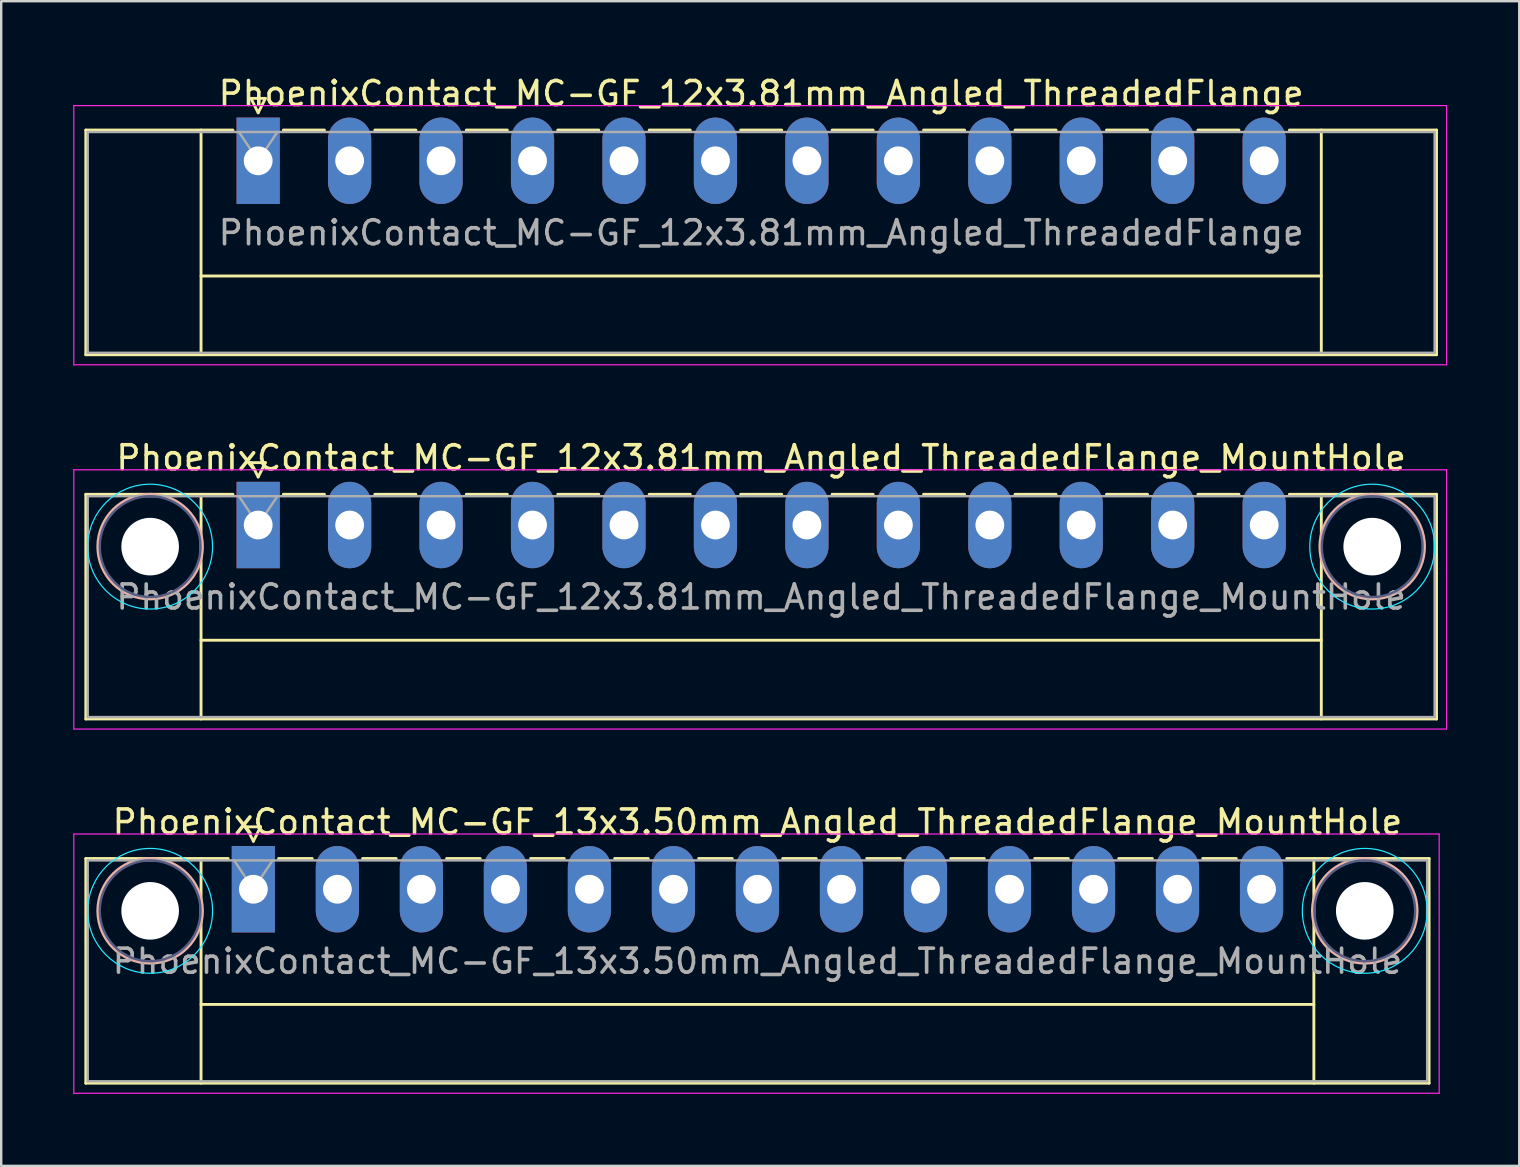
<source format=kicad_pcb>
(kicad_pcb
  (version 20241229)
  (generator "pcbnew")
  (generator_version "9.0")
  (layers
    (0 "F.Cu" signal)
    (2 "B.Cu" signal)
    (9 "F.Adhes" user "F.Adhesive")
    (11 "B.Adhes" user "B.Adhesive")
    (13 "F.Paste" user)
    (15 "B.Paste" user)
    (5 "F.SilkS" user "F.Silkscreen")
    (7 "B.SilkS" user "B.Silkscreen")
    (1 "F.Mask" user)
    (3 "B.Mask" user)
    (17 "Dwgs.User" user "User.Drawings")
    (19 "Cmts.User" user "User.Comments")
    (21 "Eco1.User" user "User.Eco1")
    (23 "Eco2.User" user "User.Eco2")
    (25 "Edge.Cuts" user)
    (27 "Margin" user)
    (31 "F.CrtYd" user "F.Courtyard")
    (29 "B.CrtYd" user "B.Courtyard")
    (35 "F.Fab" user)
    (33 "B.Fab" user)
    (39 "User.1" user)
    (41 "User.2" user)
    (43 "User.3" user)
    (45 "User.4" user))
  (footprint "PhoenixContact_MC-GF_12x3.81mm_Angled_ThreadedFlange_MountHole"
    (layer "F.Cu")
    (at 7.705 18.822)
    (property "Reference" "PhoenixContact_MC-GF_12x3.81mm_Angled_ThreadedFlange_MountHole" (at 20.955 -2.8 0) (layer "F.SilkS") (effects (font (size 1 1) (thickness 0.15))))
    (attr through_hole)
    (fp_line (start -7.18 -1.28) (end -7.18 8.08) (stroke (width 0.12) (type solid)) (layer "F.SilkS"))
    (fp_line (start -7.18 -1.28) (end -1.05 -1.28) (stroke (width 0.12) (type solid)) (layer "F.SilkS"))
    (fp_line (start -7.18 8.08) (end 49.09 8.08) (stroke (width 0.12) (type solid)) (layer "F.SilkS"))
    (fp_line (start -2.38 -1.28) (end -2.38 8.08) (stroke (width 0.12) (type solid)) (layer "F.SilkS"))
    (fp_line (start -2.38 4.8) (end 44.29 4.8) (stroke (width 0.12) (type solid)) (layer "F.SilkS"))
    (fp_line (start -0.3 -2.6) (end 0.3 -2.6) (stroke (width 0.12) (type solid)) (layer "F.SilkS"))
    (fp_line (start 0 -2) (end -0.3 -2.6) (stroke (width 0.12) (type solid)) (layer "F.SilkS"))
    (fp_line (start 0.3 -2.6) (end 0 -2) (stroke (width 0.12) (type solid)) (layer "F.SilkS"))
    (fp_line (start 1.05 -1.28) (end 2.76 -1.28) (stroke (width 0.12) (type solid)) (layer "F.SilkS"))
    (fp_line (start 4.86 -1.28) (end 6.57 -1.28) (stroke (width 0.12) (type solid)) (layer "F.SilkS"))
    (fp_line (start 8.67 -1.28) (end 10.38 -1.28) (stroke (width 0.12) (type solid)) (layer "F.SilkS"))
    (fp_line (start 12.48 -1.28) (end 14.19 -1.28) (stroke (width 0.12) (type solid)) (layer "F.SilkS"))
    (fp_line (start 16.29 -1.28) (end 18 -1.28) (stroke (width 0.12) (type solid)) (layer "F.SilkS"))
    (fp_line (start 20.1 -1.28) (end 21.81 -1.28) (stroke (width 0.12) (type solid)) (layer "F.SilkS"))
    (fp_line (start 23.91 -1.28) (end 25.62 -1.28) (stroke (width 0.12) (type solid)) (layer "F.SilkS"))
    (fp_line (start 27.72 -1.28) (end 29.43 -1.28) (stroke (width 0.12) (type solid)) (layer "F.SilkS"))
    (fp_line (start 31.53 -1.28) (end 33.24 -1.28) (stroke (width 0.12) (type solid)) (layer "F.SilkS"))
    (fp_line (start 35.34 -1.28) (end 37.05 -1.28) (stroke (width 0.12) (type solid)) (layer "F.SilkS"))
    (fp_line (start 39.15 -1.28) (end 40.86 -1.28) (stroke (width 0.12) (type solid)) (layer "F.SilkS"))
    (fp_line (start 44.29 -1.28) (end 44.29 8.08) (stroke (width 0.12) (type solid)) (layer "F.SilkS"))
    (fp_line (start 49.09 -1.28) (end 42.96 -1.28) (stroke (width 0.12) (type solid)) (layer "F.SilkS"))
    (fp_line (start 49.09 8.08) (end 49.09 -1.28) (stroke (width 0.12) (type solid)) (layer "F.SilkS"))
    (fp_circle (center -4.5 0.9) (end -2.32 0.9) (stroke (width 0.12) (type solid)) (fill no) (layer "B.SilkS"))
    (fp_circle (center 46.41 0.9) (end 48.59 0.9) (stroke (width 0.12) (type solid)) (fill no) (layer "B.SilkS"))
    (fp_circle (center -4.5 0.9) (end -1.9 0.9) (stroke (width 0.05) (type solid)) (fill no) (layer "B.CrtYd"))
    (fp_circle (center 46.41 0.9) (end 49.01 0.9) (stroke (width 0.05) (type solid)) (fill no) (layer "B.CrtYd"))
    (fp_line (start -7.68 -2.3) (end -7.68 8.5) (stroke (width 0.05) (type solid)) (layer "F.CrtYd"))
    (fp_line (start -7.68 8.5) (end 49.51 8.5) (stroke (width 0.05) (type solid)) (layer "F.CrtYd"))
    (fp_line (start 49.51 -2.3) (end -7.68 -2.3) (stroke (width 0.05) (type solid)) (layer "F.CrtYd"))
    (fp_line (start 49.51 8.5) (end 49.51 -2.3) (stroke (width 0.05) (type solid)) (layer "F.CrtYd"))
    (fp_circle (center -4.5 0.9) (end -2.4 0.9) (stroke (width 0.1) (type solid)) (fill no) (layer "B.Fab"))
    (fp_circle (center 46.41 0.9) (end 48.51 0.9) (stroke (width 0.1) (type solid)) (fill no) (layer "B.Fab"))
    (fp_line (start -7.1 -1.2) (end -7.1 8) (stroke (width 0.1) (type solid)) (layer "F.Fab"))
    (fp_line (start -7.1 8) (end 49.01 8) (stroke (width 0.1) (type solid)) (layer "F.Fab"))
    (fp_line (start 0 0) (end -0.8 -1.2) (stroke (width 0.1) (type solid)) (layer "F.Fab"))
    (fp_line (start 0.8 -1.2) (end 0 0) (stroke (width 0.1) (type solid)) (layer "F.Fab"))
    (fp_line (start 49.01 -1.2) (end -7.1 -1.2) (stroke (width 0.1) (type solid)) (layer "F.Fab"))
    (fp_line (start 49.01 8) (end 49.01 -1.2) (stroke (width 0.1) (type solid)) (layer "F.Fab"))
    (fp_text user "${REFERENCE}" (at 20.955 3 0) (layer "F.Fab") (effects (font (size 1 1) (thickness 0.15))))
    (pad "" np_thru_hole circle (at -4.5 0.9) (size 2.4 2.4) (drill 2.4) (layers "*.Cu" "*.Mask"))
    (pad "" np_thru_hole circle (at 46.41 0.9) (size 2.4 2.4) (drill 2.4) (layers "*.Cu" "*.Mask"))
    (pad "1" thru_hole rect (at 0 0) (size 1.8 3.6) (drill 1.2) (layers "*.Cu" "*.Mask"))
    (pad "2" thru_hole oval (at 3.81 0) (size 1.8 3.6) (drill 1.2) (layers "*.Cu" "*.Mask"))
    (pad "3" thru_hole oval (at 7.62 0) (size 1.8 3.6) (drill 1.2) (layers "*.Cu" "*.Mask"))
    (pad "4" thru_hole oval (at 11.43 0) (size 1.8 3.6) (drill 1.2) (layers "*.Cu" "*.Mask"))
    (pad "5" thru_hole oval (at 15.24 0) (size 1.8 3.6) (drill 1.2) (layers "*.Cu" "*.Mask"))
    (pad "6" thru_hole oval (at 19.05 0) (size 1.8 3.6) (drill 1.2) (layers "*.Cu" "*.Mask"))
    (pad "7" thru_hole oval (at 22.86 0) (size 1.8 3.6) (drill 1.2) (layers "*.Cu" "*.Mask"))
    (pad "8" thru_hole oval (at 26.67 0) (size 1.8 3.6) (drill 1.2) (layers "*.Cu" "*.Mask"))
    (pad "9" thru_hole oval (at 30.48 0) (size 1.8 3.6) (drill 1.2) (layers "*.Cu" "*.Mask"))
    (pad "10" thru_hole oval (at 34.29 0) (size 1.8 3.6) (drill 1.2) (layers "*.Cu" "*.Mask"))
    (pad "11" thru_hole oval (at 38.1 0) (size 1.8 3.6) (drill 1.2) (layers "*.Cu" "*.Mask"))
    (pad "12" thru_hole oval (at 41.91 0) (size 1.8 3.6) (drill 1.2) (layers "*.Cu" "*.Mask")))
  (footprint "PhoenixContact_MC-GF_13x3.50mm_Angled_ThreadedFlange_MountHole"
    (layer "F.Cu")
    (at 7.505 33.995)
    (property "Reference" "PhoenixContact_MC-GF_13x3.50mm_Angled_ThreadedFlange_MountHole" (at 21 -2.8 0) (layer "F.SilkS") (effects (font (size 1 1) (thickness 0.15))))
    (attr through_hole)
    (fp_line (start -6.98 -1.28) (end -6.98 8.08) (stroke (width 0.12) (type solid)) (layer "F.SilkS"))
    (fp_line (start -6.98 -1.28) (end -1.05 -1.28) (stroke (width 0.12) (type solid)) (layer "F.SilkS"))
    (fp_line (start -6.98 8.08) (end 48.98 8.08) (stroke (width 0.12) (type solid)) (layer "F.SilkS"))
    (fp_line (start -2.18 -1.28) (end -2.18 8.08) (stroke (width 0.12) (type solid)) (layer "F.SilkS"))
    (fp_line (start -2.18 4.8) (end 44.18 4.8) (stroke (width 0.12) (type solid)) (layer "F.SilkS"))
    (fp_line (start -0.3 -2.6) (end 0.3 -2.6) (stroke (width 0.12) (type solid)) (layer "F.SilkS"))
    (fp_line (start 0 -2) (end -0.3 -2.6) (stroke (width 0.12) (type solid)) (layer "F.SilkS"))
    (fp_line (start 0.3 -2.6) (end 0 -2) (stroke (width 0.12) (type solid)) (layer "F.SilkS"))
    (fp_line (start 1.05 -1.28) (end 2.45 -1.28) (stroke (width 0.12) (type solid)) (layer "F.SilkS"))
    (fp_line (start 4.55 -1.28) (end 5.95 -1.28) (stroke (width 0.12) (type solid)) (layer "F.SilkS"))
    (fp_line (start 8.05 -1.28) (end 9.45 -1.28) (stroke (width 0.12) (type solid)) (layer "F.SilkS"))
    (fp_line (start 11.55 -1.28) (end 12.95 -1.28) (stroke (width 0.12) (type solid)) (layer "F.SilkS"))
    (fp_line (start 15.05 -1.28) (end 16.45 -1.28) (stroke (width 0.12) (type solid)) (layer "F.SilkS"))
    (fp_line (start 18.55 -1.28) (end 19.95 -1.28) (stroke (width 0.12) (type solid)) (layer "F.SilkS"))
    (fp_line (start 22.05 -1.28) (end 23.45 -1.28) (stroke (width 0.12) (type solid)) (layer "F.SilkS"))
    (fp_line (start 25.55 -1.28) (end 26.95 -1.28) (stroke (width 0.12) (type solid)) (layer "F.SilkS"))
    (fp_line (start 29.05 -1.28) (end 30.45 -1.28) (stroke (width 0.12) (type solid)) (layer "F.SilkS"))
    (fp_line (start 32.55 -1.28) (end 33.95 -1.28) (stroke (width 0.12) (type solid)) (layer "F.SilkS"))
    (fp_line (start 36.05 -1.28) (end 37.45 -1.28) (stroke (width 0.12) (type solid)) (layer "F.SilkS"))
    (fp_line (start 39.55 -1.28) (end 40.95 -1.28) (stroke (width 0.12) (type solid)) (layer "F.SilkS"))
    (fp_line (start 44.18 -1.28) (end 44.18 8.08) (stroke (width 0.12) (type solid)) (layer "F.SilkS"))
    (fp_line (start 48.98 -1.28) (end 43.05 -1.28) (stroke (width 0.12) (type solid)) (layer "F.SilkS"))
    (fp_line (start 48.98 8.08) (end 48.98 -1.28) (stroke (width 0.12) (type solid)) (layer "F.SilkS"))
    (fp_circle (center -4.3 0.9) (end -2.12 0.9) (stroke (width 0.12) (type solid)) (fill no) (layer "B.SilkS"))
    (fp_circle (center 46.3 0.9) (end 48.48 0.9) (stroke (width 0.12) (type solid)) (fill no) (layer "B.SilkS"))
    (fp_circle (center -4.3 0.9) (end -1.7 0.9) (stroke (width 0.05) (type solid)) (fill no) (layer "B.CrtYd"))
    (fp_circle (center 46.3 0.9) (end 48.9 0.9) (stroke (width 0.05) (type solid)) (fill no) (layer "B.CrtYd"))
    (fp_line (start -7.48 -2.3) (end -7.48 8.5) (stroke (width 0.05) (type solid)) (layer "F.CrtYd"))
    (fp_line (start -7.48 8.5) (end 49.4 8.5) (stroke (width 0.05) (type solid)) (layer "F.CrtYd"))
    (fp_line (start 49.4 -2.3) (end -7.48 -2.3) (stroke (width 0.05) (type solid)) (layer "F.CrtYd"))
    (fp_line (start 49.4 8.5) (end 49.4 -2.3) (stroke (width 0.05) (type solid)) (layer "F.CrtYd"))
    (fp_circle (center -4.3 0.9) (end -2.2 0.9) (stroke (width 0.1) (type solid)) (fill no) (layer "B.Fab"))
    (fp_circle (center 46.3 0.9) (end 48.4 0.9) (stroke (width 0.1) (type solid)) (fill no) (layer "B.Fab"))
    (fp_line (start -6.9 -1.2) (end -6.9 8) (stroke (width 0.1) (type solid)) (layer "F.Fab"))
    (fp_line (start -6.9 8) (end 48.9 8) (stroke (width 0.1) (type solid)) (layer "F.Fab"))
    (fp_line (start 0 0) (end -0.8 -1.2) (stroke (width 0.1) (type solid)) (layer "F.Fab"))
    (fp_line (start 0.8 -1.2) (end 0 0) (stroke (width 0.1) (type solid)) (layer "F.Fab"))
    (fp_line (start 48.9 -1.2) (end -6.9 -1.2) (stroke (width 0.1) (type solid)) (layer "F.Fab"))
    (fp_line (start 48.9 8) (end 48.9 -1.2) (stroke (width 0.1) (type solid)) (layer "F.Fab"))
    (fp_text user "${REFERENCE}" (at 21 3 0) (layer "F.Fab") (effects (font (size 1 1) (thickness 0.15))))
    (pad "" np_thru_hole circle (at -4.3 0.9) (size 2.4 2.4) (drill 2.4) (layers "*.Cu" "*.Mask"))
    (pad "" np_thru_hole circle (at 46.3 0.9) (size 2.4 2.4) (drill 2.4) (layers "*.Cu" "*.Mask"))
    (pad "1" thru_hole rect (at 0 0) (size 1.8 3.6) (drill 1.2) (layers "*.Cu" "*.Mask"))
    (pad "2" thru_hole oval (at 3.5 0) (size 1.8 3.6) (drill 1.2) (layers "*.Cu" "*.Mask"))
    (pad "3" thru_hole oval (at 7 0) (size 1.8 3.6) (drill 1.2) (layers "*.Cu" "*.Mask"))
    (pad "4" thru_hole oval (at 10.5 0) (size 1.8 3.6) (drill 1.2) (layers "*.Cu" "*.Mask"))
    (pad "5" thru_hole oval (at 14 0) (size 1.8 3.6) (drill 1.2) (layers "*.Cu" "*.Mask"))
    (pad "6" thru_hole oval (at 17.5 0) (size 1.8 3.6) (drill 1.2) (layers "*.Cu" "*.Mask"))
    (pad "7" thru_hole oval (at 21 0) (size 1.8 3.6) (drill 1.2) (layers "*.Cu" "*.Mask"))
    (pad "8" thru_hole oval (at 24.5 0) (size 1.8 3.6) (drill 1.2) (layers "*.Cu" "*.Mask"))
    (pad "9" thru_hole oval (at 28 0) (size 1.8 3.6) (drill 1.2) (layers "*.Cu" "*.Mask"))
    (pad "10" thru_hole oval (at 31.5 0) (size 1.8 3.6) (drill 1.2) (layers "*.Cu" "*.Mask"))
    (pad "11" thru_hole oval (at 35 0) (size 1.8 3.6) (drill 1.2) (layers "*.Cu" "*.Mask"))
    (pad "12" thru_hole oval (at 38.5 0) (size 1.8 3.6) (drill 1.2) (layers "*.Cu" "*.Mask"))
    (pad "13" thru_hole oval (at 42 0) (size 1.8 3.6) (drill 1.2) (layers "*.Cu" "*.Mask")))
  (footprint "PhoenixContact_MC-GF_12x3.81mm_Angled_ThreadedFlange"
    (layer "F.Cu")
    (at 7.705 3.648)
    (property "Reference" "PhoenixContact_MC-GF_12x3.81mm_Angled_ThreadedFlange" (at 20.955 -2.8 0) (layer "F.SilkS") (effects (font (size 1 1) (thickness 0.15))))
    (attr through_hole)
    (fp_line (start -7.18 -1.28) (end -7.18 8.08) (stroke (width 0.12) (type solid)) (layer "F.SilkS"))
    (fp_line (start -7.18 -1.28) (end -1.05 -1.28) (stroke (width 0.12) (type solid)) (layer "F.SilkS"))
    (fp_line (start -7.18 8.08) (end 49.09 8.08) (stroke (width 0.12) (type solid)) (layer "F.SilkS"))
    (fp_line (start -2.38 -1.28) (end -2.38 8.08) (stroke (width 0.12) (type solid)) (layer "F.SilkS"))
    (fp_line (start -2.38 4.8) (end 44.29 4.8) (stroke (width 0.12) (type solid)) (layer "F.SilkS"))
    (fp_line (start -0.3 -2.6) (end 0.3 -2.6) (stroke (width 0.12) (type solid)) (layer "F.SilkS"))
    (fp_line (start 0 -2) (end -0.3 -2.6) (stroke (width 0.12) (type solid)) (layer "F.SilkS"))
    (fp_line (start 0.3 -2.6) (end 0 -2) (stroke (width 0.12) (type solid)) (layer "F.SilkS"))
    (fp_line (start 1.05 -1.28) (end 2.76 -1.28) (stroke (width 0.12) (type solid)) (layer "F.SilkS"))
    (fp_line (start 4.86 -1.28) (end 6.57 -1.28) (stroke (width 0.12) (type solid)) (layer "F.SilkS"))
    (fp_line (start 8.67 -1.28) (end 10.38 -1.28) (stroke (width 0.12) (type solid)) (layer "F.SilkS"))
    (fp_line (start 12.48 -1.28) (end 14.19 -1.28) (stroke (width 0.12) (type solid)) (layer "F.SilkS"))
    (fp_line (start 16.29 -1.28) (end 18 -1.28) (stroke (width 0.12) (type solid)) (layer "F.SilkS"))
    (fp_line (start 20.1 -1.28) (end 21.81 -1.28) (stroke (width 0.12) (type solid)) (layer "F.SilkS"))
    (fp_line (start 23.91 -1.28) (end 25.62 -1.28) (stroke (width 0.12) (type solid)) (layer "F.SilkS"))
    (fp_line (start 27.72 -1.28) (end 29.43 -1.28) (stroke (width 0.12) (type solid)) (layer "F.SilkS"))
    (fp_line (start 31.53 -1.28) (end 33.24 -1.28) (stroke (width 0.12) (type solid)) (layer "F.SilkS"))
    (fp_line (start 35.34 -1.28) (end 37.05 -1.28) (stroke (width 0.12) (type solid)) (layer "F.SilkS"))
    (fp_line (start 39.15 -1.28) (end 40.86 -1.28) (stroke (width 0.12) (type solid)) (layer "F.SilkS"))
    (fp_line (start 44.29 -1.28) (end 44.29 8.08) (stroke (width 0.12) (type solid)) (layer "F.SilkS"))
    (fp_line (start 49.09 -1.28) (end 42.96 -1.28) (stroke (width 0.12) (type solid)) (layer "F.SilkS"))
    (fp_line (start 49.09 8.08) (end 49.09 -1.28) (stroke (width 0.12) (type solid)) (layer "F.SilkS"))
    (fp_line (start -7.68 -2.3) (end -7.68 8.5) (stroke (width 0.05) (type solid)) (layer "F.CrtYd"))
    (fp_line (start -7.68 8.5) (end 49.51 8.5) (stroke (width 0.05) (type solid)) (layer "F.CrtYd"))
    (fp_line (start 49.51 -2.3) (end -7.68 -2.3) (stroke (width 0.05) (type solid)) (layer "F.CrtYd"))
    (fp_line (start 49.51 8.5) (end 49.51 -2.3) (stroke (width 0.05) (type solid)) (layer "F.CrtYd"))
    (fp_line (start -7.1 -1.2) (end -7.1 8) (stroke (width 0.1) (type solid)) (layer "F.Fab"))
    (fp_line (start -7.1 8) (end 49.01 8) (stroke (width 0.1) (type solid)) (layer "F.Fab"))
    (fp_line (start 0 0) (end -0.8 -1.2) (stroke (width 0.1) (type solid)) (layer "F.Fab"))
    (fp_line (start 0.8 -1.2) (end 0 0) (stroke (width 0.1) (type solid)) (layer "F.Fab"))
    (fp_line (start 49.01 -1.2) (end -7.1 -1.2) (stroke (width 0.1) (type solid)) (layer "F.Fab"))
    (fp_line (start 49.01 8) (end 49.01 -1.2) (stroke (width 0.1) (type solid)) (layer "F.Fab"))
    (fp_text user "${REFERENCE}" (at 20.955 3 0) (layer "F.Fab") (effects (font (size 1 1) (thickness 0.15))))
    (pad "1" thru_hole rect (at 0 0) (size 1.8 3.6) (drill 1.2) (layers "*.Cu" "*.Mask"))
    (pad "2" thru_hole oval (at 3.81 0) (size 1.8 3.6) (drill 1.2) (layers "*.Cu" "*.Mask"))
    (pad "3" thru_hole oval (at 7.62 0) (size 1.8 3.6) (drill 1.2) (layers "*.Cu" "*.Mask"))
    (pad "4" thru_hole oval (at 11.43 0) (size 1.8 3.6) (drill 1.2) (layers "*.Cu" "*.Mask"))
    (pad "5" thru_hole oval (at 15.24 0) (size 1.8 3.6) (drill 1.2) (layers "*.Cu" "*.Mask"))
    (pad "6" thru_hole oval (at 19.05 0) (size 1.8 3.6) (drill 1.2) (layers "*.Cu" "*.Mask"))
    (pad "7" thru_hole oval (at 22.86 0) (size 1.8 3.6) (drill 1.2) (layers "*.Cu" "*.Mask"))
    (pad "8" thru_hole oval (at 26.67 0) (size 1.8 3.6) (drill 1.2) (layers "*.Cu" "*.Mask"))
    (pad "9" thru_hole oval (at 30.48 0) (size 1.8 3.6) (drill 1.2) (layers "*.Cu" "*.Mask"))
    (pad "10" thru_hole oval (at 34.29 0) (size 1.8 3.6) (drill 1.2) (layers "*.Cu" "*.Mask"))
    (pad "11" thru_hole oval (at 38.1 0) (size 1.8 3.6) (drill 1.2) (layers "*.Cu" "*.Mask"))
    (pad "12" thru_hole oval (at 41.91 0) (size 1.8 3.6) (drill 1.2) (layers "*.Cu" "*.Mask")))
  (gr_rect
    (start -3 -3)
    (end 60.24 45.52)
    (stroke (width 0.1) (type default))
    (fill no)
    (layer "Edge.Cuts")))
</source>
